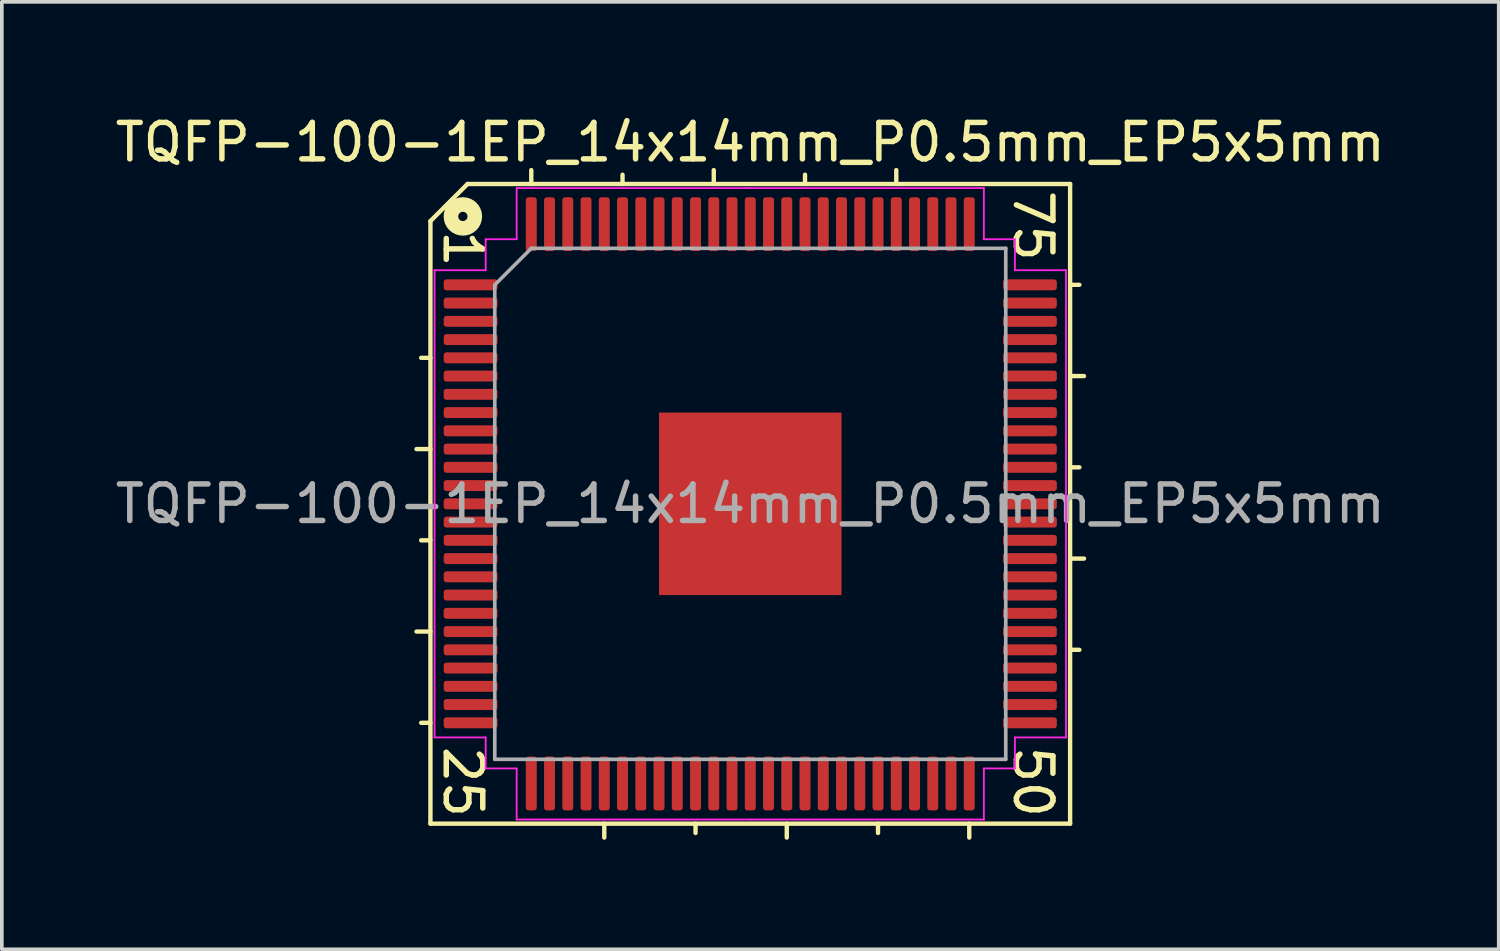
<source format=kicad_pcb>
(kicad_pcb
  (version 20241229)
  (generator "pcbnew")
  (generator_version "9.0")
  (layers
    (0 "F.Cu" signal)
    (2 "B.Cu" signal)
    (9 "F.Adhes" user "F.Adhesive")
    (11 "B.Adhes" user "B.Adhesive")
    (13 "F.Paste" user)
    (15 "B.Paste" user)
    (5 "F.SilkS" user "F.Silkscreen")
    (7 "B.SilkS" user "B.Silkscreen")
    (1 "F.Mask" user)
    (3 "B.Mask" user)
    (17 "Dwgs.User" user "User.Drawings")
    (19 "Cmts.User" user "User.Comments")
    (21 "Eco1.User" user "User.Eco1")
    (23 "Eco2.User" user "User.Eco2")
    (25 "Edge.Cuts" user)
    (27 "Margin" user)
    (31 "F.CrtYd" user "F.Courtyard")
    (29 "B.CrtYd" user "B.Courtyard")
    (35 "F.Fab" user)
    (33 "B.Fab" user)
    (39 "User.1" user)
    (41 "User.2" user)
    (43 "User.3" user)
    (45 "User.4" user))
  (footprint "TQFP-100-1EP_14x14mm_P0.5mm_EP5x5mm"
    (layer "F.Cu")
    (at 17.506 10.754)
    (property "Reference" "TQFP-100-1EP_14x14mm_P0.5mm_EP5x5mm" (at 0 -9.906 0) (layer "F.SilkS") (effects (font (size 1 1) (thickness 0.15))))
    (attr smd)
    (fp_line (start -8.763 -7.747) (end -8.763 8.763) (stroke (width 0.12) (type solid)) (layer "F.SilkS"))
    (fp_line (start -8.763 -4) (end -9.017 -4) (stroke (width 0.12) (type solid)) (layer "F.SilkS"))
    (fp_line (start -8.763 -1.5) (end -9.144 -1.5) (stroke (width 0.12) (type solid)) (layer "F.SilkS"))
    (fp_line (start -8.763 1) (end -9.017 1) (stroke (width 0.12) (type solid)) (layer "F.SilkS"))
    (fp_line (start -8.763 3.5) (end -9.144 3.5) (stroke (width 0.12) (type solid)) (layer "F.SilkS"))
    (fp_line (start -8.763 6) (end -9.017 6) (stroke (width 0.12) (type solid)) (layer "F.SilkS"))
    (fp_line (start -8.763 8.763) (end 8.763 8.763) (stroke (width 0.12) (type solid)) (layer "F.SilkS"))
    (fp_line (start -7.747 -8.763) (end -8.763 -7.747) (stroke (width 0.12) (type solid)) (layer "F.SilkS"))
    (fp_line (start -6 -8.763) (end -6 -9.144) (stroke (width 0.12) (type solid)) (layer "F.SilkS"))
    (fp_line (start -4 8.763) (end -4 9.144) (stroke (width 0.12) (type solid)) (layer "F.SilkS"))
    (fp_line (start -3.5 -8.763) (end -3.5 -9.017) (stroke (width 0.12) (type solid)) (layer "F.SilkS"))
    (fp_line (start -1.5 8.763) (end -1.5 9.017) (stroke (width 0.12) (type solid)) (layer "F.SilkS"))
    (fp_line (start -1 -8.763) (end -1 -9.144) (stroke (width 0.12) (type solid)) (layer "F.SilkS"))
    (fp_line (start 1 8.763) (end 1 9.144) (stroke (width 0.12) (type solid)) (layer "F.SilkS"))
    (fp_line (start 1.5 -8.763) (end 1.5 -9.017) (stroke (width 0.12) (type solid)) (layer "F.SilkS"))
    (fp_line (start 3.5 8.763) (end 3.5 9.017) (stroke (width 0.12) (type solid)) (layer "F.SilkS"))
    (fp_line (start 4 -8.763) (end 4 -9.144) (stroke (width 0.12) (type solid)) (layer "F.SilkS"))
    (fp_line (start 6 8.763) (end 6 9.144) (stroke (width 0.12) (type solid)) (layer "F.SilkS"))
    (fp_line (start 8.763 -8.763) (end -7.747 -8.763) (stroke (width 0.12) (type solid)) (layer "F.SilkS"))
    (fp_line (start 8.763 -6) (end 9.017 -6) (stroke (width 0.12) (type solid)) (layer "F.SilkS"))
    (fp_line (start 8.763 -3.5) (end 9.144 -3.5) (stroke (width 0.12) (type solid)) (layer "F.SilkS"))
    (fp_line (start 8.763 -1) (end 9.017 -1) (stroke (width 0.12) (type solid)) (layer "F.SilkS"))
    (fp_line (start 8.763 1.5) (end 9.144 1.5) (stroke (width 0.12) (type solid)) (layer "F.SilkS"))
    (fp_line (start 8.763 4) (end 9.017 4) (stroke (width 0.12) (type solid)) (layer "F.SilkS"))
    (fp_line (start 8.763 8.763) (end 8.763 -8.763) (stroke (width 0.12) (type solid)) (layer "F.SilkS"))
    (fp_circle (center -7.874 -7.874) (end -7.747 -7.874) (stroke (width 0.4) (type solid)) (fill no) (layer "F.SilkS"))
    (fp_line (start -8.65 -6.4) (end -8.65 0) (stroke (width 0.05) (type solid)) (layer "F.CrtYd"))
    (fp_line (start -8.65 6.4) (end -8.65 0) (stroke (width 0.05) (type solid)) (layer "F.CrtYd"))
    (fp_line (start -7.25 -7.25) (end -7.25 -6.4) (stroke (width 0.05) (type solid)) (layer "F.CrtYd"))
    (fp_line (start -7.25 -6.4) (end -8.65 -6.4) (stroke (width 0.05) (type solid)) (layer "F.CrtYd"))
    (fp_line (start -7.25 6.4) (end -8.65 6.4) (stroke (width 0.05) (type solid)) (layer "F.CrtYd"))
    (fp_line (start -7.25 7.25) (end -7.25 6.4) (stroke (width 0.05) (type solid)) (layer "F.CrtYd"))
    (fp_line (start -6.4 -8.65) (end -6.4 -7.25) (stroke (width 0.05) (type solid)) (layer "F.CrtYd"))
    (fp_line (start -6.4 -7.25) (end -7.25 -7.25) (stroke (width 0.05) (type solid)) (layer "F.CrtYd"))
    (fp_line (start -6.4 7.25) (end -7.25 7.25) (stroke (width 0.05) (type solid)) (layer "F.CrtYd"))
    (fp_line (start -6.4 8.65) (end -6.4 7.25) (stroke (width 0.05) (type solid)) (layer "F.CrtYd"))
    (fp_line (start 0 -8.65) (end -6.4 -8.65) (stroke (width 0.05) (type solid)) (layer "F.CrtYd"))
    (fp_line (start 0 -8.65) (end 6.4 -8.65) (stroke (width 0.05) (type solid)) (layer "F.CrtYd"))
    (fp_line (start 0 8.65) (end -6.4 8.65) (stroke (width 0.05) (type solid)) (layer "F.CrtYd"))
    (fp_line (start 0 8.65) (end 6.4 8.65) (stroke (width 0.05) (type solid)) (layer "F.CrtYd"))
    (fp_line (start 6.4 -8.65) (end 6.4 -7.25) (stroke (width 0.05) (type solid)) (layer "F.CrtYd"))
    (fp_line (start 6.4 -7.25) (end 7.25 -7.25) (stroke (width 0.05) (type solid)) (layer "F.CrtYd"))
    (fp_line (start 6.4 7.25) (end 7.25 7.25) (stroke (width 0.05) (type solid)) (layer "F.CrtYd"))
    (fp_line (start 6.4 8.65) (end 6.4 7.25) (stroke (width 0.05) (type solid)) (layer "F.CrtYd"))
    (fp_line (start 7.25 -7.25) (end 7.25 -6.4) (stroke (width 0.05) (type solid)) (layer "F.CrtYd"))
    (fp_line (start 7.25 -6.4) (end 8.65 -6.4) (stroke (width 0.05) (type solid)) (layer "F.CrtYd"))
    (fp_line (start 7.25 6.4) (end 8.65 6.4) (stroke (width 0.05) (type solid)) (layer "F.CrtYd"))
    (fp_line (start 7.25 7.25) (end 7.25 6.4) (stroke (width 0.05) (type solid)) (layer "F.CrtYd"))
    (fp_line (start 8.65 -6.4) (end 8.65 0) (stroke (width 0.05) (type solid)) (layer "F.CrtYd"))
    (fp_line (start 8.65 6.4) (end 8.65 0) (stroke (width 0.05) (type solid)) (layer "F.CrtYd"))
    (fp_line (start -7 -6) (end -6 -7) (stroke (width 0.1) (type solid)) (layer "F.Fab"))
    (fp_line (start -7 7) (end -7 -6) (stroke (width 0.1) (type solid)) (layer "F.Fab"))
    (fp_line (start -6 -7) (end 7 -7) (stroke (width 0.1) (type solid)) (layer "F.Fab"))
    (fp_line (start 7 -7) (end 7 7) (stroke (width 0.1) (type solid)) (layer "F.Fab"))
    (fp_line (start 7 7) (end -7 7) (stroke (width 0.1) (type solid)) (layer "F.Fab"))
    (fp_text user "25" (at -7.874 7.62 270) (unlocked yes) (layer "F.SilkS") (effects (font (size 1 1) (thickness 0.15))))
    (fp_text user "1" (at -7.874 -6.985 270) (unlocked yes) (layer "F.SilkS") (effects (font (size 1 1) (thickness 0.15))))
    (fp_text user "75" (at 7.747 -7.62 270) (unlocked yes) (layer "F.SilkS") (effects (font (size 1 1) (thickness 0.15))))
    (fp_text user "50" (at 7.747 7.62 270) (unlocked yes) (layer "F.SilkS") (effects (font (size 1 1) (thickness 0.15))))
    (fp_text user "${REFERENCE}" (at 0 0 0) (layer "F.Fab") (effects (font (size 1 1) (thickness 0.15))))
    (pad "" smd roundrect (at -1.875 -1.875) (size 1.01 1.01) (layers "F.Paste") (roundrect_rratio 0.248))
    (pad "" smd roundrect (at -1.875 -0.625) (size 1.01 1.01) (layers "F.Paste") (roundrect_rratio 0.248))
    (pad "" smd roundrect (at -1.875 0.625) (size 1.01 1.01) (layers "F.Paste") (roundrect_rratio 0.248))
    (pad "" smd roundrect (at -1.875 1.875) (size 1.01 1.01) (layers "F.Paste") (roundrect_rratio 0.248))
    (pad "" smd roundrect (at -0.625 -1.875) (size 1.01 1.01) (layers "F.Paste") (roundrect_rratio 0.248))
    (pad "" smd roundrect (at -0.625 -0.625) (size 1.01 1.01) (layers "F.Paste") (roundrect_rratio 0.248))
    (pad "" smd roundrect (at -0.625 0.625) (size 1.01 1.01) (layers "F.Paste") (roundrect_rratio 0.248))
    (pad "" smd roundrect (at -0.625 1.875) (size 1.01 1.01) (layers "F.Paste") (roundrect_rratio 0.248))
    (pad "" smd roundrect (at 0.625 -1.875) (size 1.01 1.01) (layers "F.Paste") (roundrect_rratio 0.248))
    (pad "" smd roundrect (at 0.625 -0.625) (size 1.01 1.01) (layers "F.Paste") (roundrect_rratio 0.248))
    (pad "" smd roundrect (at 0.625 0.625) (size 1.01 1.01) (layers "F.Paste") (roundrect_rratio 0.248))
    (pad "" smd roundrect (at 0.625 1.875) (size 1.01 1.01) (layers "F.Paste") (roundrect_rratio 0.248))
    (pad "" smd roundrect (at 1.875 -1.875) (size 1.01 1.01) (layers "F.Paste") (roundrect_rratio 0.248))
    (pad "" smd roundrect (at 1.875 -0.625) (size 1.01 1.01) (layers "F.Paste") (roundrect_rratio 0.248))
    (pad "" smd roundrect (at 1.875 0.625) (size 1.01 1.01) (layers "F.Paste") (roundrect_rratio 0.248))
    (pad "" smd roundrect (at 1.875 1.875) (size 1.01 1.01) (layers "F.Paste") (roundrect_rratio 0.248))
    (pad "1" smd roundrect (at -7.662 -6) (size 1.475 0.3) (layers "F.Cu" "F.Mask" "F.Paste") (roundrect_rratio 0.25))
    (pad "2" smd roundrect (at -7.662 -5.5) (size 1.475 0.3) (layers "F.Cu" "F.Mask" "F.Paste") (roundrect_rratio 0.25))
    (pad "3" smd roundrect (at -7.662 -5) (size 1.475 0.3) (layers "F.Cu" "F.Mask" "F.Paste") (roundrect_rratio 0.25))
    (pad "4" smd roundrect (at -7.662 -4.5) (size 1.475 0.3) (layers "F.Cu" "F.Mask" "F.Paste") (roundrect_rratio 0.25))
    (pad "5" smd roundrect (at -7.662 -4) (size 1.475 0.3) (layers "F.Cu" "F.Mask" "F.Paste") (roundrect_rratio 0.25))
    (pad "6" smd roundrect (at -7.662 -3.5) (size 1.475 0.3) (layers "F.Cu" "F.Mask" "F.Paste") (roundrect_rratio 0.25))
    (pad "7" smd roundrect (at -7.662 -3) (size 1.475 0.3) (layers "F.Cu" "F.Mask" "F.Paste") (roundrect_rratio 0.25))
    (pad "8" smd roundrect (at -7.662 -2.5) (size 1.475 0.3) (layers "F.Cu" "F.Mask" "F.Paste") (roundrect_rratio 0.25))
    (pad "9" smd roundrect (at -7.662 -2) (size 1.475 0.3) (layers "F.Cu" "F.Mask" "F.Paste") (roundrect_rratio 0.25))
    (pad "10" smd roundrect (at -7.662 -1.5) (size 1.475 0.3) (layers "F.Cu" "F.Mask" "F.Paste") (roundrect_rratio 0.25))
    (pad "11" smd roundrect (at -7.662 -1) (size 1.475 0.3) (layers "F.Cu" "F.Mask" "F.Paste") (roundrect_rratio 0.25))
    (pad "12" smd roundrect (at -7.662 -0.5) (size 1.475 0.3) (layers "F.Cu" "F.Mask" "F.Paste") (roundrect_rratio 0.25))
    (pad "13" smd roundrect (at -7.662 0) (size 1.475 0.3) (layers "F.Cu" "F.Mask" "F.Paste") (roundrect_rratio 0.25))
    (pad "14" smd roundrect (at -7.662 0.5) (size 1.475 0.3) (layers "F.Cu" "F.Mask" "F.Paste") (roundrect_rratio 0.25))
    (pad "15" smd roundrect (at -7.662 1) (size 1.475 0.3) (layers "F.Cu" "F.Mask" "F.Paste") (roundrect_rratio 0.25))
    (pad "16" smd roundrect (at -7.662 1.5) (size 1.475 0.3) (layers "F.Cu" "F.Mask" "F.Paste") (roundrect_rratio 0.25))
    (pad "17" smd roundrect (at -7.662 2) (size 1.475 0.3) (layers "F.Cu" "F.Mask" "F.Paste") (roundrect_rratio 0.25))
    (pad "18" smd roundrect (at -7.662 2.5) (size 1.475 0.3) (layers "F.Cu" "F.Mask" "F.Paste") (roundrect_rratio 0.25))
    (pad "19" smd roundrect (at -7.662 3) (size 1.475 0.3) (layers "F.Cu" "F.Mask" "F.Paste") (roundrect_rratio 0.25))
    (pad "20" smd roundrect (at -7.662 3.5) (size 1.475 0.3) (layers "F.Cu" "F.Mask" "F.Paste") (roundrect_rratio 0.25))
    (pad "21" smd roundrect (at -7.662 4) (size 1.475 0.3) (layers "F.Cu" "F.Mask" "F.Paste") (roundrect_rratio 0.25))
    (pad "22" smd roundrect (at -7.662 4.5) (size 1.475 0.3) (layers "F.Cu" "F.Mask" "F.Paste") (roundrect_rratio 0.25))
    (pad "23" smd roundrect (at -7.662 5) (size 1.475 0.3) (layers "F.Cu" "F.Mask" "F.Paste") (roundrect_rratio 0.25))
    (pad "24" smd roundrect (at -7.662 5.5) (size 1.475 0.3) (layers "F.Cu" "F.Mask" "F.Paste") (roundrect_rratio 0.25))
    (pad "25" smd roundrect (at -7.662 6) (size 1.475 0.3) (layers "F.Cu" "F.Mask" "F.Paste") (roundrect_rratio 0.25))
    (pad "26" smd roundrect (at -6 7.662) (size 0.3 1.475) (layers "F.Cu" "F.Mask" "F.Paste") (roundrect_rratio 0.25))
    (pad "27" smd roundrect (at -5.5 7.662) (size 0.3 1.475) (layers "F.Cu" "F.Mask" "F.Paste") (roundrect_rratio 0.25))
    (pad "28" smd roundrect (at -5 7.662) (size 0.3 1.475) (layers "F.Cu" "F.Mask" "F.Paste") (roundrect_rratio 0.25))
    (pad "29" smd roundrect (at -4.5 7.662) (size 0.3 1.475) (layers "F.Cu" "F.Mask" "F.Paste") (roundrect_rratio 0.25))
    (pad "30" smd roundrect (at -4 7.662) (size 0.3 1.475) (layers "F.Cu" "F.Mask" "F.Paste") (roundrect_rratio 0.25))
    (pad "31" smd roundrect (at -3.5 7.662) (size 0.3 1.475) (layers "F.Cu" "F.Mask" "F.Paste") (roundrect_rratio 0.25))
    (pad "32" smd roundrect (at -3 7.662) (size 0.3 1.475) (layers "F.Cu" "F.Mask" "F.Paste") (roundrect_rratio 0.25))
    (pad "33" smd roundrect (at -2.5 7.662) (size 0.3 1.475) (layers "F.Cu" "F.Mask" "F.Paste") (roundrect_rratio 0.25))
    (pad "34" smd roundrect (at -2 7.662) (size 0.3 1.475) (layers "F.Cu" "F.Mask" "F.Paste") (roundrect_rratio 0.25))
    (pad "35" smd roundrect (at -1.5 7.662) (size 0.3 1.475) (layers "F.Cu" "F.Mask" "F.Paste") (roundrect_rratio 0.25))
    (pad "36" smd roundrect (at -1 7.662) (size 0.3 1.475) (layers "F.Cu" "F.Mask" "F.Paste") (roundrect_rratio 0.25))
    (pad "37" smd roundrect (at -0.5 7.662) (size 0.3 1.475) (layers "F.Cu" "F.Mask" "F.Paste") (roundrect_rratio 0.25))
    (pad "38" smd roundrect (at 0 7.662) (size 0.3 1.475) (layers "F.Cu" "F.Mask" "F.Paste") (roundrect_rratio 0.25))
    (pad "39" smd roundrect (at 0.5 7.662) (size 0.3 1.475) (layers "F.Cu" "F.Mask" "F.Paste") (roundrect_rratio 0.25))
    (pad "40" smd roundrect (at 1 7.662) (size 0.3 1.475) (layers "F.Cu" "F.Mask" "F.Paste") (roundrect_rratio 0.25))
    (pad "41" smd roundrect (at 1.5 7.662) (size 0.3 1.475) (layers "F.Cu" "F.Mask" "F.Paste") (roundrect_rratio 0.25))
    (pad "42" smd roundrect (at 2 7.662) (size 0.3 1.475) (layers "F.Cu" "F.Mask" "F.Paste") (roundrect_rratio 0.25))
    (pad "43" smd roundrect (at 2.5 7.662) (size 0.3 1.475) (layers "F.Cu" "F.Mask" "F.Paste") (roundrect_rratio 0.25))
    (pad "44" smd roundrect (at 3 7.662) (size 0.3 1.475) (layers "F.Cu" "F.Mask" "F.Paste") (roundrect_rratio 0.25))
    (pad "45" smd roundrect (at 3.5 7.662) (size 0.3 1.475) (layers "F.Cu" "F.Mask" "F.Paste") (roundrect_rratio 0.25))
    (pad "46" smd roundrect (at 4 7.662) (size 0.3 1.475) (layers "F.Cu" "F.Mask" "F.Paste") (roundrect_rratio 0.25))
    (pad "47" smd roundrect (at 4.5 7.662) (size 0.3 1.475) (layers "F.Cu" "F.Mask" "F.Paste") (roundrect_rratio 0.25))
    (pad "48" smd roundrect (at 5 7.662) (size 0.3 1.475) (layers "F.Cu" "F.Mask" "F.Paste") (roundrect_rratio 0.25))
    (pad "49" smd roundrect (at 5.5 7.662) (size 0.3 1.475) (layers "F.Cu" "F.Mask" "F.Paste") (roundrect_rratio 0.25))
    (pad "50" smd roundrect (at 6 7.662) (size 0.3 1.475) (layers "F.Cu" "F.Mask" "F.Paste") (roundrect_rratio 0.25))
    (pad "51" smd roundrect (at 7.662 6) (size 1.475 0.3) (layers "F.Cu" "F.Mask" "F.Paste") (roundrect_rratio 0.25))
    (pad "52" smd roundrect (at 7.662 5.5) (size 1.475 0.3) (layers "F.Cu" "F.Mask" "F.Paste") (roundrect_rratio 0.25))
    (pad "53" smd roundrect (at 7.662 5) (size 1.475 0.3) (layers "F.Cu" "F.Mask" "F.Paste") (roundrect_rratio 0.25))
    (pad "54" smd roundrect (at 7.662 4.5) (size 1.475 0.3) (layers "F.Cu" "F.Mask" "F.Paste") (roundrect_rratio 0.25))
    (pad "55" smd roundrect (at 7.662 4) (size 1.475 0.3) (layers "F.Cu" "F.Mask" "F.Paste") (roundrect_rratio 0.25))
    (pad "56" smd roundrect (at 7.662 3.5) (size 1.475 0.3) (layers "F.Cu" "F.Mask" "F.Paste") (roundrect_rratio 0.25))
    (pad "57" smd roundrect (at 7.662 3) (size 1.475 0.3) (layers "F.Cu" "F.Mask" "F.Paste") (roundrect_rratio 0.25))
    (pad "58" smd roundrect (at 7.662 2.5) (size 1.475 0.3) (layers "F.Cu" "F.Mask" "F.Paste") (roundrect_rratio 0.25))
    (pad "59" smd roundrect (at 7.662 2) (size 1.475 0.3) (layers "F.Cu" "F.Mask" "F.Paste") (roundrect_rratio 0.25))
    (pad "60" smd roundrect (at 7.662 1.5) (size 1.475 0.3) (layers "F.Cu" "F.Mask" "F.Paste") (roundrect_rratio 0.25))
    (pad "61" smd roundrect (at 7.662 1) (size 1.475 0.3) (layers "F.Cu" "F.Mask" "F.Paste") (roundrect_rratio 0.25))
    (pad "62" smd roundrect (at 7.662 0.5) (size 1.475 0.3) (layers "F.Cu" "F.Mask" "F.Paste") (roundrect_rratio 0.25))
    (pad "63" smd roundrect (at 7.662 0) (size 1.475 0.3) (layers "F.Cu" "F.Mask" "F.Paste") (roundrect_rratio 0.25))
    (pad "64" smd roundrect (at 7.662 -0.5) (size 1.475 0.3) (layers "F.Cu" "F.Mask" "F.Paste") (roundrect_rratio 0.25))
    (pad "65" smd roundrect (at 7.662 -1) (size 1.475 0.3) (layers "F.Cu" "F.Mask" "F.Paste") (roundrect_rratio 0.25))
    (pad "66" smd roundrect (at 7.662 -1.5) (size 1.475 0.3) (layers "F.Cu" "F.Mask" "F.Paste") (roundrect_rratio 0.25))
    (pad "67" smd roundrect (at 7.662 -2) (size 1.475 0.3) (layers "F.Cu" "F.Mask" "F.Paste") (roundrect_rratio 0.25))
    (pad "68" smd roundrect (at 7.662 -2.5) (size 1.475 0.3) (layers "F.Cu" "F.Mask" "F.Paste") (roundrect_rratio 0.25))
    (pad "69" smd roundrect (at 7.662 -3) (size 1.475 0.3) (layers "F.Cu" "F.Mask" "F.Paste") (roundrect_rratio 0.25))
    (pad "70" smd roundrect (at 7.662 -3.5) (size 1.475 0.3) (layers "F.Cu" "F.Mask" "F.Paste") (roundrect_rratio 0.25))
    (pad "71" smd roundrect (at 7.662 -4) (size 1.475 0.3) (layers "F.Cu" "F.Mask" "F.Paste") (roundrect_rratio 0.25))
    (pad "72" smd roundrect (at 7.662 -4.5) (size 1.475 0.3) (layers "F.Cu" "F.Mask" "F.Paste") (roundrect_rratio 0.25))
    (pad "73" smd roundrect (at 7.662 -5) (size 1.475 0.3) (layers "F.Cu" "F.Mask" "F.Paste") (roundrect_rratio 0.25))
    (pad "74" smd roundrect (at 7.662 -5.5) (size 1.475 0.3) (layers "F.Cu" "F.Mask" "F.Paste") (roundrect_rratio 0.25))
    (pad "75" smd roundrect (at 7.662 -6) (size 1.475 0.3) (layers "F.Cu" "F.Mask" "F.Paste") (roundrect_rratio 0.25))
    (pad "76" smd roundrect (at 6 -7.662) (size 0.3 1.475) (layers "F.Cu" "F.Mask" "F.Paste") (roundrect_rratio 0.25))
    (pad "77" smd roundrect (at 5.5 -7.662) (size 0.3 1.475) (layers "F.Cu" "F.Mask" "F.Paste") (roundrect_rratio 0.25))
    (pad "78" smd roundrect (at 5 -7.662) (size 0.3 1.475) (layers "F.Cu" "F.Mask" "F.Paste") (roundrect_rratio 0.25))
    (pad "79" smd roundrect (at 4.5 -7.662) (size 0.3 1.475) (layers "F.Cu" "F.Mask" "F.Paste") (roundrect_rratio 0.25))
    (pad "80" smd roundrect (at 4 -7.662) (size 0.3 1.475) (layers "F.Cu" "F.Mask" "F.Paste") (roundrect_rratio 0.25))
    (pad "81" smd roundrect (at 3.5 -7.662) (size 0.3 1.475) (layers "F.Cu" "F.Mask" "F.Paste") (roundrect_rratio 0.25))
    (pad "82" smd roundrect (at 3 -7.662) (size 0.3 1.475) (layers "F.Cu" "F.Mask" "F.Paste") (roundrect_rratio 0.25))
    (pad "83" smd roundrect (at 2.5 -7.662) (size 0.3 1.475) (layers "F.Cu" "F.Mask" "F.Paste") (roundrect_rratio 0.25))
    (pad "84" smd roundrect (at 2 -7.662) (size 0.3 1.475) (layers "F.Cu" "F.Mask" "F.Paste") (roundrect_rratio 0.25))
    (pad "85" smd roundrect (at 1.5 -7.662) (size 0.3 1.475) (layers "F.Cu" "F.Mask" "F.Paste") (roundrect_rratio 0.25))
    (pad "86" smd roundrect (at 1 -7.662) (size 0.3 1.475) (layers "F.Cu" "F.Mask" "F.Paste") (roundrect_rratio 0.25))
    (pad "87" smd roundrect (at 0.5 -7.662) (size 0.3 1.475) (layers "F.Cu" "F.Mask" "F.Paste") (roundrect_rratio 0.25))
    (pad "88" smd roundrect (at 0 -7.662) (size 0.3 1.475) (layers "F.Cu" "F.Mask" "F.Paste") (roundrect_rratio 0.25))
    (pad "89" smd roundrect (at -0.5 -7.662) (size 0.3 1.475) (layers "F.Cu" "F.Mask" "F.Paste") (roundrect_rratio 0.25))
    (pad "90" smd roundrect (at -1 -7.662) (size 0.3 1.475) (layers "F.Cu" "F.Mask" "F.Paste") (roundrect_rratio 0.25))
    (pad "91" smd roundrect (at -1.5 -7.662) (size 0.3 1.475) (layers "F.Cu" "F.Mask" "F.Paste") (roundrect_rratio 0.25))
    (pad "92" smd roundrect (at -2 -7.662) (size 0.3 1.475) (layers "F.Cu" "F.Mask" "F.Paste") (roundrect_rratio 0.25))
    (pad "93" smd roundrect (at -2.5 -7.662) (size 0.3 1.475) (layers "F.Cu" "F.Mask" "F.Paste") (roundrect_rratio 0.25))
    (pad "94" smd roundrect (at -3 -7.662) (size 0.3 1.475) (layers "F.Cu" "F.Mask" "F.Paste") (roundrect_rratio 0.25))
    (pad "95" smd roundrect (at -3.5 -7.662) (size 0.3 1.475) (layers "F.Cu" "F.Mask" "F.Paste") (roundrect_rratio 0.25))
    (pad "96" smd roundrect (at -4 -7.662) (size 0.3 1.475) (layers "F.Cu" "F.Mask" "F.Paste") (roundrect_rratio 0.25))
    (pad "97" smd roundrect (at -4.5 -7.662) (size 0.3 1.475) (layers "F.Cu" "F.Mask" "F.Paste") (roundrect_rratio 0.25))
    (pad "98" smd roundrect (at -5 -7.662) (size 0.3 1.475) (layers "F.Cu" "F.Mask" "F.Paste") (roundrect_rratio 0.25))
    (pad "99" smd roundrect (at -5.5 -7.662) (size 0.3 1.475) (layers "F.Cu" "F.Mask" "F.Paste") (roundrect_rratio 0.25))
    (pad "100" smd roundrect (at -6 -7.662) (size 0.3 1.475) (layers "F.Cu" "F.Mask" "F.Paste") (roundrect_rratio 0.25))
    (pad "101" smd rect (at 0 0) (size 5 5) (layers "F.Cu" "F.Mask")))
  (gr_rect
    (start -3 -3)
    (end 38.012 22.958)
    (stroke (width 0.1) (type default))
    (fill no)
    (layer "Edge.Cuts")))
</source>
